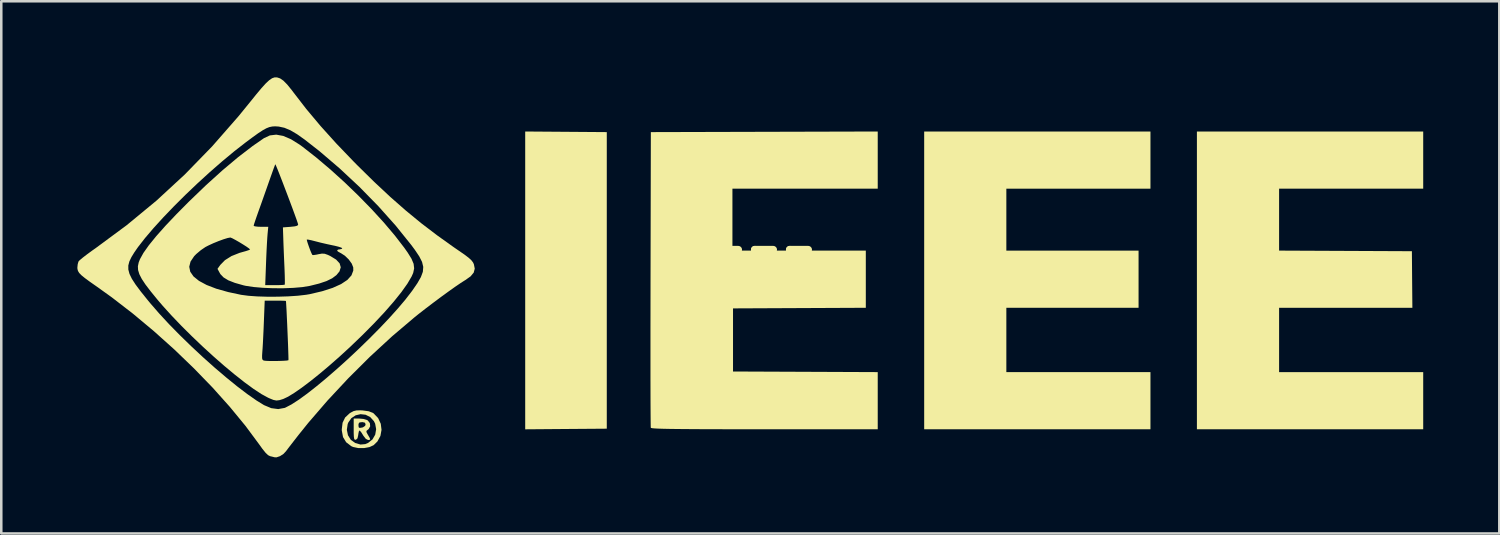
<source format=kicad_pcb>
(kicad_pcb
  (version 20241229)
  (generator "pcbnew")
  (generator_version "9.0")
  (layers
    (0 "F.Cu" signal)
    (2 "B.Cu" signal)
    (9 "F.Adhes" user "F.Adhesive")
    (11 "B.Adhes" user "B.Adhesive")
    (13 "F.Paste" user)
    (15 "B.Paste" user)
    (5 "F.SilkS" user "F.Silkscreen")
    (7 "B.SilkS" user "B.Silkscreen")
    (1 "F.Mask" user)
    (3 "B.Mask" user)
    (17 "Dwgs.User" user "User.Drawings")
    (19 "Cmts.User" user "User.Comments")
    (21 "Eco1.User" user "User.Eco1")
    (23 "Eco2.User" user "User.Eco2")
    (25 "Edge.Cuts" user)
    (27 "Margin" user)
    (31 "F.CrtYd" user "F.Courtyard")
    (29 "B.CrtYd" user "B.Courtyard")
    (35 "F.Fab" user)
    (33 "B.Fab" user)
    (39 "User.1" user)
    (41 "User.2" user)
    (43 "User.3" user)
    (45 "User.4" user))
  (footprint "IEEE"
    (layer "F.Cu")
    (at 26.668 7.628)
    (property "Reference" "IEEE" (at 0 0 0) (layer "F.SilkS") (effects (font (size 1.524 1.524) (thickness 0.3))))
    (attr through_hole)
    (fp_poly (pts (xy -7.406 -5.482) (xy -5.798 -5.47) (xy -5.798 6.221) (xy -7.406 6.233) (xy -9.014 6.246) (xy -9.014 -5.494)) (stroke (width 0) (type solid)) (fill yes) (layer "F.SilkS"))
    (fp_poly (pts (xy 15.634 -3.24) (xy 9.953 -3.24) (xy 9.953 -0.798) (xy 15.165 -0.798) (xy 15.165 1.455) (xy 9.953 1.455) (xy 9.953 3.991) (xy 15.634 3.991) (xy 15.634 6.244) (xy 6.714 6.244) (xy 6.714 -5.493) (xy 15.634 -5.493)) (stroke (width 0) (type solid)) (fill yes) (layer "F.SilkS"))
    (fp_poly (pts (xy 26.386 -3.24) (xy 20.705 -3.24) (xy 20.705 -0.799) (xy 23.322 -0.787) (xy 25.94 -0.775) (xy 25.949 0.34) (xy 25.959 1.455) (xy 20.705 1.455) (xy 20.705 3.991) (xy 26.386 3.991) (xy 26.386 6.244) (xy 17.465 6.244) (xy 17.465 -5.493) (xy 26.386 -5.493)) (stroke (width 0) (type solid)) (fill yes) (layer "F.SilkS"))
    (fp_poly (pts (xy 4.883 -3.24) (xy -0.845 -3.24) (xy -0.845 -0.798) (xy 4.413 -0.798) (xy 4.413 1.455) (xy 1.796 1.467) (xy -0.822 1.479) (xy -0.822 3.967) (xy 4.883 3.991) (xy 4.883 6.244) (xy 0.421 6.244) (xy -0.356 6.244) (xy -1.043 6.243) (xy -1.646 6.242) (xy -2.17 6.24) (xy -2.618 6.237) (xy -2.996 6.234) (xy -3.308 6.23) (xy -3.559 6.225) (xy -3.753 6.219) (xy -3.897 6.212) (xy -3.993 6.204) (xy -4.047 6.194) (xy -4.063 6.186) (xy -4.066 6.132) (xy -4.068 5.991) (xy -4.07 5.766) (xy -4.072 5.466) (xy -4.074 5.094) (xy -4.075 4.657) (xy -4.076 4.16) (xy -4.076 3.61) (xy -4.076 3.012) (xy -4.076 2.371) (xy -4.075 1.694) (xy -4.074 0.986) (xy -4.073 0.329) (xy -4.061 -5.47) (xy 0.411 -5.482) (xy 4.883 -5.494)) (stroke (width 0) (type solid)) (fill yes) (layer "F.SilkS"))
    (fp_poly (pts (xy -15.421 5.502) (xy -15.184 5.534) (xy -15.02 5.597) (xy -14.989 5.618) (xy -14.812 5.803) (xy -14.708 6.027) (xy -14.678 6.268) (xy -14.722 6.508) (xy -14.841 6.726) (xy -14.989 6.871) (xy -15.153 6.947) (xy -15.367 6.986) (xy -15.594 6.985) (xy -15.797 6.943) (xy -15.869 6.911) (xy -16.072 6.756) (xy -16.196 6.552) (xy -16.244 6.294) (xy -16.244 6.266) (xy -16.045 6.266) (xy -16.001 6.481) (xy -15.888 6.661) (xy -15.715 6.785) (xy -15.713 6.786) (xy -15.506 6.846) (xy -15.319 6.829) (xy -15.207 6.782) (xy -15.035 6.644) (xy -14.927 6.457) (xy -14.89 6.242) (xy -14.929 6.025) (xy -14.977 5.927) (xy -15.124 5.763) (xy -15.307 5.671) (xy -15.505 5.649) (xy -15.698 5.694) (xy -15.866 5.805) (xy -15.988 5.979) (xy -16.012 6.038) (xy -16.045 6.266) (xy -16.244 6.266) (xy -16.245 6.249) (xy -16.213 5.986) (xy -16.113 5.78) (xy -15.936 5.615) (xy -15.895 5.589) (xy -15.779 5.528) (xy -15.659 5.5) (xy -15.499 5.498)) (stroke (width 0) (type solid)) (fill yes) (layer "F.SilkS"))
    (fp_poly (pts (xy -15.386 5.838) (xy -15.251 5.879) (xy -15.222 5.895) (xy -15.138 6.001) (xy -15.125 6.126) (xy -15.186 6.237) (xy -15.21 6.256) (xy -15.267 6.303) (xy -15.275 6.349) (xy -15.234 6.431) (xy -15.21 6.471) (xy -15.142 6.588) (xy -15.125 6.645) (xy -15.159 6.665) (xy -15.209 6.667) (xy -15.297 6.623) (xy -15.392 6.501) (xy -15.405 6.479) (xy -15.475 6.367) (xy -15.531 6.3) (xy -15.546 6.291) (xy -15.573 6.333) (xy -15.593 6.436) (xy -15.596 6.467) (xy -15.625 6.601) (xy -15.686 6.657) (xy -15.693 6.658) (xy -15.732 6.656) (xy -15.756 6.622) (xy -15.769 6.537) (xy -15.775 6.386) (xy -15.775 6.248) (xy -15.775 6.08) (xy -15.587 6.08) (xy -15.579 6.165) (xy -15.539 6.192) (xy -15.439 6.175) (xy -15.411 6.168) (xy -15.325 6.11) (xy -15.306 6.051) (xy -15.331 5.986) (xy -15.42 5.963) (xy -15.447 5.963) (xy -15.547 5.975) (xy -15.584 6.029) (xy -15.587 6.08) (xy -15.775 6.08) (xy -15.775 5.822) (xy -15.551 5.822)) (stroke (width 0) (type solid)) (fill yes) (layer "F.SilkS"))
    (fp_poly (pts (xy -18.799 -7.627) (xy -18.702 -7.597) (xy -18.667 -7.582) (xy -18.546 -7.498) (xy -18.397 -7.347) (xy -18.215 -7.123) (xy -18.159 -7.048) (xy -17.645 -6.383) (xy -17.081 -5.71) (xy -16.455 -5.016) (xy -15.759 -4.291) (xy -15.624 -4.155) (xy -14.961 -3.503) (xy -14.333 -2.916) (xy -13.723 -2.38) (xy -13.114 -1.88) (xy -12.49 -1.404) (xy -11.835 -0.936) (xy -11.617 -0.786) (xy -11.394 -0.632) (xy -11.239 -0.513) (xy -11.135 -0.417) (xy -11.071 -0.333) (xy -11.038 -0.264) (xy -11.003 -0.088) (xy -11.044 0.068) (xy -11.166 0.215) (xy -11.376 0.364) (xy -11.392 0.373) (xy -11.555 0.477) (xy -11.777 0.628) (xy -12.041 0.816) (xy -12.333 1.028) (xy -12.637 1.255) (xy -12.938 1.484) (xy -13.221 1.704) (xy -13.381 1.833) (xy -14.257 2.576) (xy -15.134 3.384) (xy -15.991 4.237) (xy -16.809 5.114) (xy -17.569 5.995) (xy -17.95 6.469) (xy -18.108 6.672) (xy -18.247 6.851) (xy -18.356 6.992) (xy -18.423 7.081) (xy -18.438 7.103) (xy -18.543 7.216) (xy -18.68 7.304) (xy -18.817 7.351) (xy -18.897 7.348) (xy -18.976 7.327) (xy -19.07 7.305) (xy -19.15 7.265) (xy -19.249 7.171) (xy -19.377 7.012) (xy -19.501 6.839) (xy -20.041 6.111) (xy -20.657 5.362) (xy -21.337 4.602) (xy -22.072 3.844) (xy -22.848 3.097) (xy -23.655 2.374) (xy -24.48 1.685) (xy -25.313 1.042) (xy -25.916 0.61) (xy -26.179 0.426) (xy -26.373 0.283) (xy -26.509 0.172) (xy -26.596 0.082) (xy -26.644 0.003) (xy -26.665 -0.075) (xy -26.668 -0.129) (xy -26.66 -0.213) (xy -24.66 -0.213) (xy -24.659 -0.052) (xy -24.613 0.121) (xy -24.518 0.316) (xy -24.37 0.544) (xy -24.167 0.815) (xy -23.905 1.141) (xy -23.788 1.283) (xy -23.444 1.679) (xy -23.056 2.099) (xy -22.632 2.531) (xy -22.184 2.967) (xy -21.723 3.397) (xy -21.26 3.811) (xy -20.804 4.199) (xy -20.367 4.554) (xy -19.96 4.863) (xy -19.593 5.119) (xy -19.309 5.293) (xy -19.025 5.412) (xy -18.75 5.448) (xy -18.497 5.402) (xy -18.465 5.389) (xy -18.229 5.266) (xy -17.939 5.079) (xy -17.606 4.837) (xy -17.237 4.547) (xy -16.841 4.219) (xy -16.427 3.859) (xy -16.003 3.477) (xy -15.578 3.078) (xy -15.161 2.673) (xy -14.76 2.268) (xy -14.384 1.872) (xy -14.042 1.492) (xy -13.741 1.137) (xy -13.492 0.814) (xy -13.463 0.775) (xy -13.264 0.485) (xy -13.126 0.245) (xy -13.049 0.037) (xy -13.033 -0.156) (xy -13.08 -0.352) (xy -13.19 -0.57) (xy -13.363 -0.828) (xy -13.507 -1.022) (xy -14.119 -1.783) (xy -14.804 -2.55) (xy -15.544 -3.306) (xy -16.321 -4.032) (xy -17.116 -4.712) (xy -17.699 -5.169) (xy -18.008 -5.388) (xy -18.272 -5.543) (xy -18.507 -5.641) (xy -18.73 -5.689) (xy -18.874 -5.698) (xy -18.988 -5.691) (xy -19.099 -5.668) (xy -19.218 -5.621) (xy -19.36 -5.543) (xy -19.538 -5.427) (xy -19.763 -5.265) (xy -20.027 -5.069) (xy -20.485 -4.712) (xy -20.962 -4.316) (xy -21.448 -3.892) (xy -21.933 -3.449) (xy -22.408 -2.997) (xy -22.862 -2.545) (xy -23.286 -2.103) (xy -23.67 -1.681) (xy -24.004 -1.289) (xy -24.279 -0.936) (xy -24.42 -0.733) (xy -24.537 -0.543) (xy -24.618 -0.373) (xy -24.66 -0.213) (xy -26.66 -0.213) (xy -26.654 -0.266) (xy -26.623 -0.372) (xy -26.622 -0.372) (xy -26.57 -0.427) (xy -26.454 -0.523) (xy -26.289 -0.65) (xy -26.089 -0.797) (xy -25.953 -0.892) (xy -24.722 -1.802) (xy -23.55 -2.769) (xy -22.431 -3.802) (xy -21.356 -4.907) (xy -20.318 -6.093) (xy -19.868 -6.645) (xy -19.615 -6.959) (xy -19.409 -7.205) (xy -19.243 -7.388) (xy -19.107 -7.515) (xy -18.993 -7.593) (xy -18.893 -7.628)) (stroke (width 0) (type solid)) (fill yes) (layer "F.SilkS"))
    (fp_poly (pts (xy -18.554 -5.32) (xy -18.249 -5.19) (xy -17.909 -4.978) (xy -17.796 -4.896) (xy -17.251 -4.469) (xy -16.693 -3.997) (xy -16.135 -3.492) (xy -15.59 -2.966) (xy -15.069 -2.433) (xy -14.586 -1.905) (xy -14.154 -1.395) (xy -13.784 -0.915) (xy -13.647 -0.721) (xy -13.497 -0.479) (xy -13.413 -0.279) (xy -13.392 -0.099) (xy -13.43 0.082) (xy -13.492 0.222) (xy -13.659 0.506) (xy -13.896 0.839) (xy -14.198 1.215) (xy -14.558 1.627) (xy -14.972 2.069) (xy -15.433 2.534) (xy -15.936 3.017) (xy -15.94 3.02) (xy -16.347 3.393) (xy -16.747 3.744) (xy -17.134 4.069) (xy -17.496 4.359) (xy -17.828 4.609) (xy -18.119 4.811) (xy -18.362 4.96) (xy -18.548 5.048) (xy -18.552 5.05) (xy -18.704 5.097) (xy -18.822 5.111) (xy -18.941 5.087) (xy -19.098 5.023) (xy -19.153 4.998) (xy -19.411 4.857) (xy -19.721 4.654) (xy -20.074 4.396) (xy -20.46 4.092) (xy -20.87 3.751) (xy -21.294 3.38) (xy -21.342 3.336) (xy -19.386 3.336) (xy -19.385 3.447) (xy -19.367 3.505) (xy -19.329 3.532) (xy -19.314 3.537) (xy -19.231 3.547) (xy -19.088 3.553) (xy -18.911 3.554) (xy -18.724 3.551) (xy -18.552 3.545) (xy -18.42 3.536) (xy -18.351 3.524) (xy -18.348 3.521) (xy -18.346 3.472) (xy -18.349 3.345) (xy -18.355 3.155) (xy -18.363 2.918) (xy -18.374 2.649) (xy -18.386 2.364) (xy -18.398 2.079) (xy -18.411 1.808) (xy -18.422 1.568) (xy -18.433 1.374) (xy -18.441 1.241) (xy -18.447 1.186) (xy -18.447 1.185) (xy -18.492 1.18) (xy -18.61 1.176) (xy -18.779 1.174) (xy -18.867 1.174) (xy -19.283 1.174) (xy -19.315 1.984) (xy -19.327 2.283) (xy -19.341 2.579) (xy -19.354 2.847) (xy -19.367 3.062) (xy -19.374 3.153) (xy -19.386 3.336) (xy -21.342 3.336) (xy -21.724 2.987) (xy -22.149 2.582) (xy -22.561 2.173) (xy -22.95 1.767) (xy -23.306 1.374) (xy -23.514 1.131) (xy -23.778 0.807) (xy -23.982 0.54) (xy -24.129 0.318) (xy -24.225 0.131) (xy -24.275 -0.033) (xy -24.281 -0.162) (xy -22.258 -0.162) (xy -22.218 0.034) (xy -22.089 0.22) (xy -21.874 0.394) (xy -21.573 0.556) (xy -21.189 0.704) (xy -20.723 0.835) (xy -20.212 0.944) (xy -19.928 0.982) (xy -19.577 1.007) (xy -19.181 1.019) (xy -18.766 1.018) (xy -18.356 1.005) (xy -17.976 0.98) (xy -17.65 0.942) (xy -17.512 0.919) (xy -17.018 0.803) (xy -16.604 0.67) (xy -16.271 0.52) (xy -16.024 0.356) (xy -15.863 0.177) (xy -15.791 -0.013) (xy -15.793 -0.137) (xy -15.852 -0.286) (xy -15.97 -0.449) (xy -16.121 -0.596) (xy -16.28 -0.699) (xy -16.298 -0.707) (xy -16.401 -0.765) (xy -16.429 -0.815) (xy -16.377 -0.843) (xy -16.341 -0.845) (xy -16.254 -0.864) (xy -16.225 -0.886) (xy -16.256 -0.913) (xy -16.36 -0.949) (xy -16.517 -0.989) (xy -16.591 -1.004) (xy -16.825 -1.054) (xy -17.072 -1.111) (xy -17.281 -1.165) (xy -17.293 -1.168) (xy -17.451 -1.208) (xy -17.569 -1.232) (xy -17.623 -1.235) (xy -17.624 -1.234) (xy -17.617 -1.187) (xy -17.584 -1.08) (xy -17.536 -0.942) (xy -17.484 -0.802) (xy -17.436 -0.688) (xy -17.403 -0.627) (xy -17.402 -0.625) (xy -17.35 -0.624) (xy -17.237 -0.641) (xy -17.163 -0.657) (xy -17.025 -0.681) (xy -16.916 -0.674) (xy -16.792 -0.63) (xy -16.699 -0.586) (xy -16.468 -0.445) (xy -16.33 -0.297) (xy -16.285 -0.142) (xy -16.334 0.019) (xy -16.456 0.167) (xy -16.623 0.292) (xy -16.846 0.402) (xy -17.138 0.5) (xy -17.511 0.593) (xy -17.512 0.593) (xy -17.801 0.64) (xy -18.155 0.67) (xy -18.549 0.685) (xy -18.958 0.684) (xy -19.358 0.667) (xy -19.723 0.636) (xy -20.029 0.59) (xy -20.118 0.57) (xy -20.46 0.473) (xy -20.718 0.372) (xy -20.904 0.259) (xy -21.027 0.131) (xy -21.054 0.086) (xy -21.144 -0.08) (xy -21.035 -0.233) (xy -20.85 -0.422) (xy -20.592 -0.584) (xy -20.277 -0.709) (xy -20.183 -0.736) (xy -20.025 -0.78) (xy -19.91 -0.818) (xy -19.861 -0.842) (xy -19.861 -0.844) (xy -19.899 -0.882) (xy -19.998 -0.953) (xy -20.136 -1.041) (xy -20.29 -1.135) (xy -20.439 -1.22) (xy -20.561 -1.285) (xy -20.633 -1.314) (xy -20.639 -1.315) (xy -20.742 -1.296) (xy -20.905 -1.246) (xy -21.102 -1.174) (xy -21.308 -1.09) (xy -21.497 -1.003) (xy -21.621 -0.939) (xy -21.801 -0.816) (xy -21.981 -0.664) (xy -22.065 -0.578) (xy -22.207 -0.366) (xy -22.258 -0.162) (xy -24.281 -0.162) (xy -24.282 -0.183) (xy -24.251 -0.331) (xy -24.2 -0.462) (xy -24.063 -0.709) (xy -23.85 -1.01) (xy -23.56 -1.367) (xy -23.195 -1.778) (xy -23.195 -1.778) (xy -19.719 -1.778) (xy -19.676 -1.757) (xy -19.565 -1.742) (xy -19.431 -1.737) (xy -19.143 -1.737) (xy -19.171 -1.444) (xy -19.182 -1.299) (xy -19.195 -1.083) (xy -19.209 -0.817) (xy -19.222 -0.524) (xy -19.231 -0.293) (xy -19.263 0.563) (xy -18.889 0.563) (xy -18.711 0.561) (xy -18.574 0.555) (xy -18.5 0.546) (xy -18.494 0.544) (xy -18.489 0.493) (xy -18.489 0.365) (xy -18.493 0.177) (xy -18.501 -0.052) (xy -18.505 -0.149) (xy -18.518 -0.44) (xy -18.531 -0.745) (xy -18.542 -1.029) (xy -18.55 -1.256) (xy -18.55 -1.268) (xy -18.565 -1.714) (xy -18.262 -1.737) (xy -18.09 -1.756) (xy -17.997 -1.782) (xy -17.966 -1.82) (xy -17.966 -1.831) (xy -17.984 -1.893) (xy -18.029 -2.025) (xy -18.097 -2.214) (xy -18.182 -2.446) (xy -18.279 -2.706) (xy -18.383 -2.982) (xy -18.489 -3.26) (xy -18.59 -3.525) (xy -18.683 -3.765) (xy -18.762 -3.965) (xy -18.822 -4.112) (xy -18.858 -4.192) (xy -18.865 -4.203) (xy -18.885 -4.156) (xy -18.93 -4.036) (xy -18.993 -3.86) (xy -19.07 -3.642) (xy -19.107 -3.538) (xy -19.21 -3.245) (xy -19.323 -2.925) (xy -19.432 -2.617) (xy -19.525 -2.358) (xy -19.527 -2.353) (xy -19.601 -2.143) (xy -19.662 -1.965) (xy -19.704 -1.837) (xy -19.719 -1.778) (xy -19.719 -1.778) (xy -23.195 -1.778) (xy -22.754 -2.243) (xy -22.27 -2.731) (xy -21.594 -3.381) (xy -20.947 -3.965) (xy -20.334 -4.48) (xy -19.759 -4.922) (xy -19.312 -5.232) (xy -19.08 -5.34) (xy -18.829 -5.37)) (stroke (width 0) (type solid)) (fill yes) (layer "F.SilkS")))
  (gr_rect
    (start -3 -3)
    (end 56.054 17.979)
    (stroke (width 0.1) (type default))
    (fill no)
    (layer "Edge.Cuts")))
</source>
